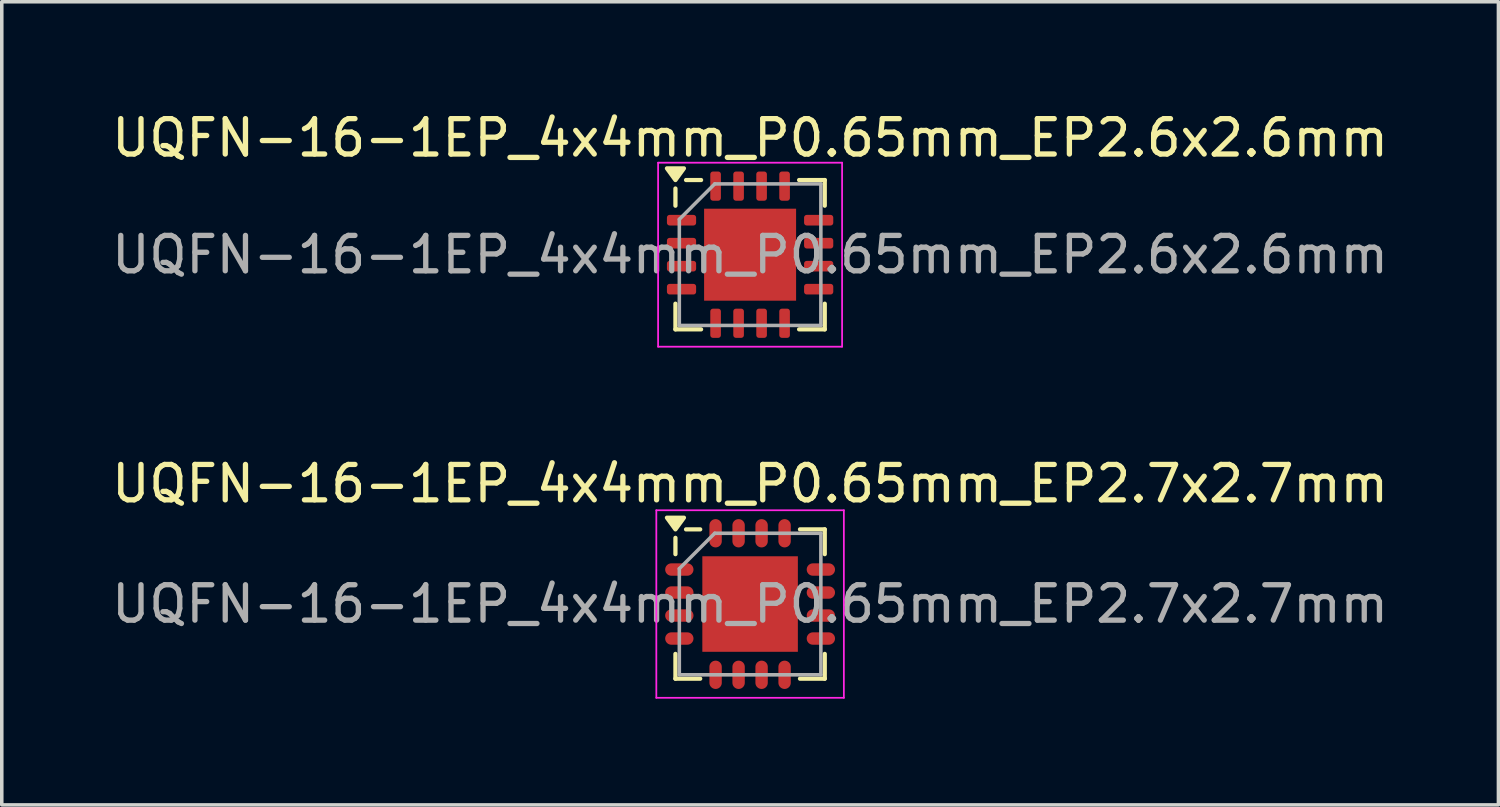
<source format=kicad_pcb>
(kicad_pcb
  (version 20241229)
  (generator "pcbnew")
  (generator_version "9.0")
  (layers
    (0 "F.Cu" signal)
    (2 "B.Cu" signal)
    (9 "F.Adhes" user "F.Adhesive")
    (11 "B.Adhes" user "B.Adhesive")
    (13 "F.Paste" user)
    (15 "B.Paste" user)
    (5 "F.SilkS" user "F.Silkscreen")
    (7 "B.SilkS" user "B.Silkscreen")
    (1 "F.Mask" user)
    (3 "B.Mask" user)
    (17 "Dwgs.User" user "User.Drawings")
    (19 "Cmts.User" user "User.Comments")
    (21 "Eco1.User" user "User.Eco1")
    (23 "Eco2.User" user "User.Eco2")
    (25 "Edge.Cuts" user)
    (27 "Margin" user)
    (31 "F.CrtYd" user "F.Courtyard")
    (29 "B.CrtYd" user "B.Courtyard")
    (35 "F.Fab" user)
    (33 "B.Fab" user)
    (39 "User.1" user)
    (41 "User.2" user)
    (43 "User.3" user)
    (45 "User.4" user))
  (footprint "UQFN-16-1EP_4x4mm_P0.65mm_EP2.6x2.6mm"
    (layer "F.Cu")
    (at 18.149 4.148)
    (property "Reference" "UQFN-16-1EP_4x4mm_P0.65mm_EP2.6x2.6mm" (at 0 -3.3 0) (layer "F.SilkS") (effects (font (size 1 1) (thickness 0.15))))
    (attr smd)
    (fp_line (start -2.11 -1.385) (end -2.11 -1.87) (stroke (width 0.12) (type solid)) (layer "F.SilkS"))
    (fp_line (start -2.11 2.11) (end -2.11 1.385) (stroke (width 0.12) (type solid)) (layer "F.SilkS"))
    (fp_line (start -1.385 -2.11) (end -1.81 -2.11) (stroke (width 0.12) (type solid)) (layer "F.SilkS"))
    (fp_line (start -1.385 2.11) (end -2.11 2.11) (stroke (width 0.12) (type solid)) (layer "F.SilkS"))
    (fp_line (start 1.385 -2.11) (end 2.11 -2.11) (stroke (width 0.12) (type solid)) (layer "F.SilkS"))
    (fp_line (start 1.385 2.11) (end 2.11 2.11) (stroke (width 0.12) (type solid)) (layer "F.SilkS"))
    (fp_line (start 2.11 -2.11) (end 2.11 -1.385) (stroke (width 0.12) (type solid)) (layer "F.SilkS"))
    (fp_line (start 2.11 2.11) (end 2.11 1.385) (stroke (width 0.12) (type solid)) (layer "F.SilkS"))
    (fp_poly (pts (xy -2.11 -2.11) (xy -2.35 -2.44) (xy -1.87 -2.44) (xy -2.11 -2.11)) (stroke (width 0.12) (type solid)) (fill yes) (layer "F.SilkS"))
    (fp_line (start -2.6 -2.6) (end -2.6 2.6) (stroke (width 0.05) (type solid)) (layer "F.CrtYd"))
    (fp_line (start -2.6 2.6) (end 2.6 2.6) (stroke (width 0.05) (type solid)) (layer "F.CrtYd"))
    (fp_line (start 2.6 -2.6) (end -2.6 -2.6) (stroke (width 0.05) (type solid)) (layer "F.CrtYd"))
    (fp_line (start 2.6 2.6) (end 2.6 -2.6) (stroke (width 0.05) (type solid)) (layer "F.CrtYd"))
    (fp_line (start -2 -1) (end -1 -2) (stroke (width 0.1) (type solid)) (layer "F.Fab"))
    (fp_line (start -2 2) (end -2 -1) (stroke (width 0.1) (type solid)) (layer "F.Fab"))
    (fp_line (start -1 -2) (end 2 -2) (stroke (width 0.1) (type solid)) (layer "F.Fab"))
    (fp_line (start 2 -2) (end 2 2) (stroke (width 0.1) (type solid)) (layer "F.Fab"))
    (fp_line (start 2 2) (end -2 2) (stroke (width 0.1) (type solid)) (layer "F.Fab"))
    (fp_text user "${REFERENCE}" (at 0 0 0) (layer "F.Fab") (effects (font (size 1 1) (thickness 0.15))))
    (pad "" smd roundrect (at -0.65 -0.65) (size 1.05 1.05) (layers "F.Paste") (roundrect_rratio 0.238))
    (pad "" smd roundrect (at -0.65 0.65) (size 1.05 1.05) (layers "F.Paste") (roundrect_rratio 0.238))
    (pad "" smd roundrect (at 0.65 -0.65) (size 1.05 1.05) (layers "F.Paste") (roundrect_rratio 0.238))
    (pad "" smd roundrect (at 0.65 0.65) (size 1.05 1.05) (layers "F.Paste") (roundrect_rratio 0.238))
    (pad "1" smd roundrect (at -1.938 -0.975) (size 0.825 0.3) (layers "F.Cu" "F.Mask" "F.Paste") (roundrect_rratio 0.25))
    (pad "2" smd roundrect (at -1.938 -0.325) (size 0.825 0.3) (layers "F.Cu" "F.Mask" "F.Paste") (roundrect_rratio 0.25))
    (pad "3" smd roundrect (at -1.938 0.325) (size 0.825 0.3) (layers "F.Cu" "F.Mask" "F.Paste") (roundrect_rratio 0.25))
    (pad "4" smd roundrect (at -1.938 0.975) (size 0.825 0.3) (layers "F.Cu" "F.Mask" "F.Paste") (roundrect_rratio 0.25))
    (pad "5" smd roundrect (at -0.975 1.938) (size 0.3 0.825) (layers "F.Cu" "F.Mask" "F.Paste") (roundrect_rratio 0.25))
    (pad "6" smd roundrect (at -0.325 1.938) (size 0.3 0.825) (layers "F.Cu" "F.Mask" "F.Paste") (roundrect_rratio 0.25))
    (pad "7" smd roundrect (at 0.325 1.938) (size 0.3 0.825) (layers "F.Cu" "F.Mask" "F.Paste") (roundrect_rratio 0.25))
    (pad "8" smd roundrect (at 0.975 1.938) (size 0.3 0.825) (layers "F.Cu" "F.Mask" "F.Paste") (roundrect_rratio 0.25))
    (pad "9" smd roundrect (at 1.938 0.975) (size 0.825 0.3) (layers "F.Cu" "F.Mask" "F.Paste") (roundrect_rratio 0.25))
    (pad "10" smd roundrect (at 1.938 0.325) (size 0.825 0.3) (layers "F.Cu" "F.Mask" "F.Paste") (roundrect_rratio 0.25))
    (pad "11" smd roundrect (at 1.938 -0.325) (size 0.825 0.3) (layers "F.Cu" "F.Mask" "F.Paste") (roundrect_rratio 0.25))
    (pad "12" smd roundrect (at 1.938 -0.975) (size 0.825 0.3) (layers "F.Cu" "F.Mask" "F.Paste") (roundrect_rratio 0.25))
    (pad "13" smd roundrect (at 0.975 -1.938) (size 0.3 0.825) (layers "F.Cu" "F.Mask" "F.Paste") (roundrect_rratio 0.25))
    (pad "14" smd roundrect (at 0.325 -1.938) (size 0.3 0.825) (layers "F.Cu" "F.Mask" "F.Paste") (roundrect_rratio 0.25))
    (pad "15" smd roundrect (at -0.325 -1.938) (size 0.3 0.825) (layers "F.Cu" "F.Mask" "F.Paste") (roundrect_rratio 0.25))
    (pad "16" smd roundrect (at -0.975 -1.938) (size 0.3 0.825) (layers "F.Cu" "F.Mask" "F.Paste") (roundrect_rratio 0.25))
    (pad "17" smd rect (at 0 0) (size 2.6 2.6) (property pad_prop_heatsink) (layers "F.Cu" "F.Mask")))
  (footprint "UQFN-16-1EP_4x4mm_P0.65mm_EP2.7x2.7mm"
    (layer "F.Cu")
    (at 18.149 14.021)
    (property "Reference" "UQFN-16-1EP_4x4mm_P0.65mm_EP2.7x2.7mm" (at 0 -3.4 0) (layer "F.SilkS") (effects (font (size 1 1) (thickness 0.15))))
    (attr smd)
    (fp_line (start -2.11 -1.41) (end -2.11 -1.87) (stroke (width 0.12) (type solid)) (layer "F.SilkS"))
    (fp_line (start -2.11 2.11) (end -2.11 1.41) (stroke (width 0.12) (type solid)) (layer "F.SilkS"))
    (fp_line (start -1.41 -2.11) (end -1.81 -2.11) (stroke (width 0.12) (type solid)) (layer "F.SilkS"))
    (fp_line (start -1.41 2.11) (end -2.11 2.11) (stroke (width 0.12) (type solid)) (layer "F.SilkS"))
    (fp_line (start 1.41 -2.11) (end 2.11 -2.11) (stroke (width 0.12) (type solid)) (layer "F.SilkS"))
    (fp_line (start 1.41 2.11) (end 2.11 2.11) (stroke (width 0.12) (type solid)) (layer "F.SilkS"))
    (fp_line (start 2.11 -2.11) (end 2.11 -1.41) (stroke (width 0.12) (type solid)) (layer "F.SilkS"))
    (fp_line (start 2.11 2.11) (end 2.11 1.41) (stroke (width 0.12) (type solid)) (layer "F.SilkS"))
    (fp_poly (pts (xy -2.11 -2.11) (xy -2.35 -2.44) (xy -1.87 -2.44) (xy -2.11 -2.11)) (stroke (width 0.12) (type solid)) (fill yes) (layer "F.SilkS"))
    (fp_line (start -2.65 -2.65) (end -2.65 2.65) (stroke (width 0.05) (type solid)) (layer "F.CrtYd"))
    (fp_line (start -2.65 -2.65) (end 2.65 -2.65) (stroke (width 0.05) (type solid)) (layer "F.CrtYd"))
    (fp_line (start -2.65 2.65) (end 2.65 2.65) (stroke (width 0.05) (type solid)) (layer "F.CrtYd"))
    (fp_line (start 2.65 -2.65) (end 2.65 2.65) (stroke (width 0.05) (type solid)) (layer "F.CrtYd"))
    (fp_line (start -2 -1) (end -1 -2) (stroke (width 0.1) (type solid)) (layer "F.Fab"))
    (fp_line (start -2 2) (end -2 -1) (stroke (width 0.1) (type solid)) (layer "F.Fab"))
    (fp_line (start -1 -2) (end 2 -2) (stroke (width 0.1) (type solid)) (layer "F.Fab"))
    (fp_line (start 2 -2) (end 2 2) (stroke (width 0.1) (type solid)) (layer "F.Fab"))
    (fp_line (start 2 2) (end -2 2) (stroke (width 0.1) (type solid)) (layer "F.Fab"))
    (fp_text user "${REFERENCE}" (at 0 0 0) (layer "F.Fab") (effects (font (size 1 1) (thickness 0.15))))
    (pad "" smd rect (at -0.675 -0.675) (size 1.09 1.09) (layers "F.Paste"))
    (pad "" smd rect (at -0.675 0.675) (size 1.09 1.09) (layers "F.Paste"))
    (pad "" smd rect (at 0.675 -0.675) (size 1.09 1.09) (layers "F.Paste"))
    (pad "" smd rect (at 0.675 0.675) (size 1.09 1.09) (layers "F.Paste"))
    (pad "1" smd oval (at -2 -0.975) (size 0.8 0.35) (layers "F.Cu" "F.Mask" "F.Paste"))
    (pad "2" smd oval (at -2 -0.325) (size 0.8 0.35) (layers "F.Cu" "F.Mask" "F.Paste"))
    (pad "3" smd oval (at -2 0.325) (size 0.8 0.35) (layers "F.Cu" "F.Mask" "F.Paste"))
    (pad "4" smd oval (at -2 0.975) (size 0.8 0.35) (layers "F.Cu" "F.Mask" "F.Paste"))
    (pad "5" smd oval (at -0.975 2 90) (size 0.8 0.35) (layers "F.Cu" "F.Mask" "F.Paste"))
    (pad "6" smd oval (at -0.325 2 90) (size 0.8 0.35) (layers "F.Cu" "F.Mask" "F.Paste"))
    (pad "7" smd oval (at 0.325 2 90) (size 0.8 0.35) (layers "F.Cu" "F.Mask" "F.Paste"))
    (pad "8" smd oval (at 0.975 2 90) (size 0.8 0.35) (layers "F.Cu" "F.Mask" "F.Paste"))
    (pad "9" smd oval (at 2 0.975) (size 0.8 0.35) (layers "F.Cu" "F.Mask" "F.Paste"))
    (pad "10" smd oval (at 2 0.325) (size 0.8 0.35) (layers "F.Cu" "F.Mask" "F.Paste"))
    (pad "11" smd oval (at 2 -0.325) (size 0.8 0.35) (layers "F.Cu" "F.Mask" "F.Paste"))
    (pad "12" smd oval (at 2 -0.975) (size 0.8 0.35) (layers "F.Cu" "F.Mask" "F.Paste"))
    (pad "13" smd oval (at 0.975 -2 90) (size 0.8 0.35) (layers "F.Cu" "F.Mask" "F.Paste"))
    (pad "14" smd oval (at 0.325 -2 90) (size 0.8 0.35) (layers "F.Cu" "F.Mask" "F.Paste"))
    (pad "15" smd oval (at -0.325 -2 90) (size 0.8 0.35) (layers "F.Cu" "F.Mask" "F.Paste"))
    (pad "16" smd oval (at -0.975 -2 90) (size 0.8 0.35) (layers "F.Cu" "F.Mask" "F.Paste"))
    (pad "17" smd rect (at 0 0) (size 2.7 2.7) (layers "F.Cu" "F.Mask")))
  (gr_rect
    (start -3 -3)
    (end 39.298 19.697)
    (stroke (width 0.1) (type default))
    (fill no)
    (layer "Edge.Cuts")))
</source>
